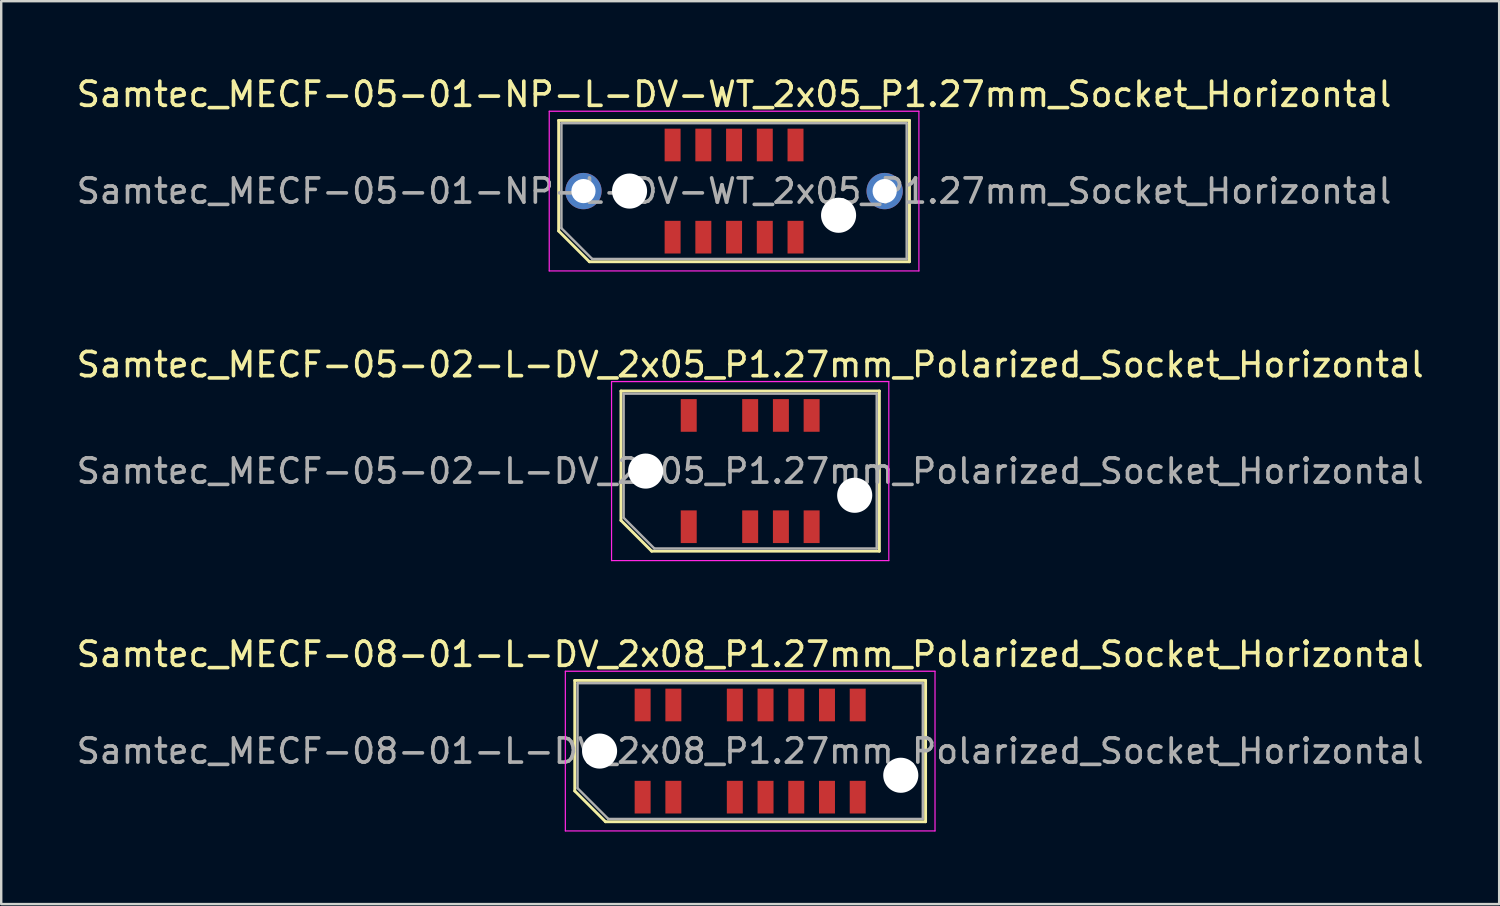
<source format=kicad_pcb>
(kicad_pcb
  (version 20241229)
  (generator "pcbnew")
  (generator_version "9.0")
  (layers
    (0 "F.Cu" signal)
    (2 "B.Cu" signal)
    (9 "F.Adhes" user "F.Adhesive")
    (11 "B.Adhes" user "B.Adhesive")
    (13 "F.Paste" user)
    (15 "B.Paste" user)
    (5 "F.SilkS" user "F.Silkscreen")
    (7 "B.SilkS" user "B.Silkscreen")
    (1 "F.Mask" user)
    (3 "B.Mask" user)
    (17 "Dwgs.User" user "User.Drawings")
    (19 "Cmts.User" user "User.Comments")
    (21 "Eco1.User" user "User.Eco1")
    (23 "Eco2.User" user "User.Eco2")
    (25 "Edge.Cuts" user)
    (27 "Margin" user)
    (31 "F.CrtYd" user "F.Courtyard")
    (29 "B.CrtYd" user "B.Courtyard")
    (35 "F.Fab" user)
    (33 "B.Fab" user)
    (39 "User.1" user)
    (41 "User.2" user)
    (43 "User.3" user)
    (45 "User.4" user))
  (footprint "Samtec_MECF-08-01-L-DV_2x08_P1.27mm_Polarized_Socket_Horizontal"
    (layer "F.Cu")
    (at 27.958 27.995)
    (property "Reference" "Samtec_MECF-08-01-L-DV_2x08_P1.27mm_Polarized_Socket_Horizontal" (at 0 -4 0) (layer "F.SilkS") (effects (font (size 1 1) (thickness 0.15))))
    (attr smd)
    (fp_line (start -7.25 -2.92) (end 7.25 -2.92) (stroke (width 0.12) (type solid)) (layer "F.SilkS"))
    (fp_line (start -7.25 1.65) (end -7.25 -2.92) (stroke (width 0.12) (type solid)) (layer "F.SilkS"))
    (fp_line (start -5.98 2.92) (end -7.25 1.65) (stroke (width 0.12) (type solid)) (layer "F.SilkS"))
    (fp_line (start -5.98 2.92) (end 7.25 2.92) (stroke (width 0.12) (type solid)) (layer "F.SilkS"))
    (fp_line (start 7.25 2.92) (end 7.25 -2.92) (stroke (width 0.12) (type solid)) (layer "F.SilkS"))
    (fp_line (start -7.64 -3.3) (end -7.64 3.3) (stroke (width 0.05) (type solid)) (layer "F.CrtYd"))
    (fp_line (start -7.64 3.3) (end 7.64 3.3) (stroke (width 0.05) (type solid)) (layer "F.CrtYd"))
    (fp_line (start 7.64 -3.3) (end -7.64 -3.3) (stroke (width 0.05) (type solid)) (layer "F.CrtYd"))
    (fp_line (start 7.64 3.3) (end 7.64 -3.3) (stroke (width 0.05) (type solid)) (layer "F.CrtYd"))
    (fp_line (start -7.135 -2.805) (end 7.135 -2.805) (stroke (width 0.1) (type solid)) (layer "F.Fab"))
    (fp_line (start -7.135 1.535) (end -7.135 -2.805) (stroke (width 0.1) (type solid)) (layer "F.Fab"))
    (fp_line (start -7.135 1.535) (end -5.865 2.805) (stroke (width 0.1) (type solid)) (layer "F.Fab"))
    (fp_line (start -5.865 2.805) (end 7.135 2.805) (stroke (width 0.1) (type solid)) (layer "F.Fab"))
    (fp_line (start 7.135 2.805) (end 7.135 -2.805) (stroke (width 0.1) (type solid)) (layer "F.Fab"))
    (fp_text user "${REFERENCE}" (at 0 0 0) (layer "F.Fab") (effects (font (size 1 1) (thickness 0.15))))
    (pad "" np_thru_hole circle (at -6.225 0) (size 1.45 1.45) (drill 1.45) (layers "*.Cu" "*.Mask"))
    (pad "" np_thru_hole circle (at 6.225 1) (size 1.45 1.45) (drill 1.45) (layers "*.Cu" "*.Mask"))
    (pad "1" smd rect (at -4.445 1.905) (size 0.66 1.35) (layers "F.Cu" "F.Mask" "F.Paste"))
    (pad "2" smd rect (at -4.445 -1.905) (size 0.66 1.35) (layers "F.Cu" "F.Mask" "F.Paste"))
    (pad "3" smd rect (at -3.175 1.905) (size 0.66 1.35) (layers "F.Cu" "F.Mask" "F.Paste"))
    (pad "4" smd rect (at -3.175 -1.905) (size 0.66 1.35) (layers "F.Cu" "F.Mask" "F.Paste"))
    (pad "7" smd rect (at -0.635 1.905) (size 0.66 1.35) (layers "F.Cu" "F.Mask" "F.Paste"))
    (pad "8" smd rect (at -0.635 -1.905) (size 0.66 1.35) (layers "F.Cu" "F.Mask" "F.Paste"))
    (pad "9" smd rect (at 0.635 1.905) (size 0.66 1.35) (layers "F.Cu" "F.Mask" "F.Paste"))
    (pad "10" smd rect (at 0.635 -1.905) (size 0.66 1.35) (layers "F.Cu" "F.Mask" "F.Paste"))
    (pad "11" smd rect (at 1.905 1.905) (size 0.66 1.35) (layers "F.Cu" "F.Mask" "F.Paste"))
    (pad "12" smd rect (at 1.905 -1.905) (size 0.66 1.35) (layers "F.Cu" "F.Mask" "F.Paste"))
    (pad "13" smd rect (at 3.175 1.905) (size 0.66 1.35) (layers "F.Cu" "F.Mask" "F.Paste"))
    (pad "14" smd rect (at 3.175 -1.905) (size 0.66 1.35) (layers "F.Cu" "F.Mask" "F.Paste"))
    (pad "15" smd rect (at 4.445 1.905) (size 0.66 1.35) (layers "F.Cu" "F.Mask" "F.Paste"))
    (pad "16" smd rect (at 4.445 -1.905) (size 0.66 1.35) (layers "F.Cu" "F.Mask" "F.Paste")))
  (footprint "Samtec_MECF-05-02-L-DV_2x05_P1.27mm_Polarized_Socket_Horizontal"
    (layer "F.Cu")
    (at 27.958 16.422)
    (property "Reference" "Samtec_MECF-05-02-L-DV_2x05_P1.27mm_Polarized_Socket_Horizontal" (at 0 -4.4 0) (layer "F.SilkS") (effects (font (size 1 1) (thickness 0.15))))
    (attr smd)
    (fp_line (start -5.34 -3.31) (end 5.34 -3.31) (stroke (width 0.12) (type solid)) (layer "F.SilkS"))
    (fp_line (start -5.34 2.04) (end -5.34 -3.31) (stroke (width 0.12) (type solid)) (layer "F.SilkS"))
    (fp_line (start -4.07 3.31) (end -5.34 2.04) (stroke (width 0.12) (type solid)) (layer "F.SilkS"))
    (fp_line (start -4.07 3.31) (end 5.34 3.31) (stroke (width 0.12) (type solid)) (layer "F.SilkS"))
    (fp_line (start 5.34 3.31) (end 5.34 -3.31) (stroke (width 0.12) (type solid)) (layer "F.SilkS"))
    (fp_line (start -5.73 -3.7) (end -5.73 3.7) (stroke (width 0.05) (type solid)) (layer "F.CrtYd"))
    (fp_line (start -5.73 3.7) (end 5.73 3.7) (stroke (width 0.05) (type solid)) (layer "F.CrtYd"))
    (fp_line (start 5.73 -3.7) (end -5.73 -3.7) (stroke (width 0.05) (type solid)) (layer "F.CrtYd"))
    (fp_line (start 5.73 3.7) (end 5.73 -3.7) (stroke (width 0.05) (type solid)) (layer "F.CrtYd"))
    (fp_line (start -5.23 -3.2) (end 5.23 -3.2) (stroke (width 0.1) (type solid)) (layer "F.Fab"))
    (fp_line (start -5.23 1.93) (end -5.23 -3.2) (stroke (width 0.1) (type solid)) (layer "F.Fab"))
    (fp_line (start -5.23 1.93) (end -3.96 3.2) (stroke (width 0.1) (type solid)) (layer "F.Fab"))
    (fp_line (start -3.96 3.2) (end 5.23 3.2) (stroke (width 0.1) (type solid)) (layer "F.Fab"))
    (fp_line (start 5.23 3.2) (end 5.23 -3.2) (stroke (width 0.1) (type solid)) (layer "F.Fab"))
    (fp_text user "${REFERENCE}" (at 0 0 0) (layer "F.Fab") (effects (font (size 1 1) (thickness 0.15))))
    (pad "" np_thru_hole circle (at -4.32 0) (size 1.45 1.45) (drill 1.45) (layers "*.Cu" "*.Mask"))
    (pad "" np_thru_hole circle (at 4.32 1) (size 1.45 1.45) (drill 1.45) (layers "*.Cu" "*.Mask"))
    (pad "1" smd rect (at -2.54 2.3) (size 0.66 1.35) (layers "F.Cu" "F.Mask" "F.Paste"))
    (pad "2" smd rect (at -2.54 -2.3) (size 0.66 1.35) (layers "F.Cu" "F.Mask" "F.Paste"))
    (pad "5" smd rect (at 0 2.3) (size 0.66 1.35) (layers "F.Cu" "F.Mask" "F.Paste"))
    (pad "6" smd rect (at 0 -2.3) (size 0.66 1.35) (layers "F.Cu" "F.Mask" "F.Paste"))
    (pad "7" smd rect (at 1.27 2.3) (size 0.66 1.35) (layers "F.Cu" "F.Mask" "F.Paste"))
    (pad "8" smd rect (at 1.27 -2.3) (size 0.66 1.35) (layers "F.Cu" "F.Mask" "F.Paste"))
    (pad "9" smd rect (at 2.54 2.3) (size 0.66 1.35) (layers "F.Cu" "F.Mask" "F.Paste"))
    (pad "10" smd rect (at 2.54 -2.3) (size 0.66 1.35) (layers "F.Cu" "F.Mask" "F.Paste")))
  (footprint "Samtec_MECF-05-01-NP-L-DV-WT_2x05_P1.27mm_Socket_Horizontal"
    (layer "F.Cu")
    (at 27.292 4.848)
    (property "Reference" "Samtec_MECF-05-01-NP-L-DV-WT_2x05_P1.27mm_Socket_Horizontal" (at 0 -4 0) (layer "F.SilkS") (effects (font (size 1 1) (thickness 0.15))))
    (attr smd)
    (fp_line (start -7.25 -2.92) (end 7.25 -2.92) (stroke (width 0.12) (type solid)) (layer "F.SilkS"))
    (fp_line (start -7.25 1.65) (end -7.25 -2.92) (stroke (width 0.12) (type solid)) (layer "F.SilkS"))
    (fp_line (start -5.98 2.92) (end -7.25 1.65) (stroke (width 0.12) (type solid)) (layer "F.SilkS"))
    (fp_line (start -5.98 2.92) (end 7.25 2.92) (stroke (width 0.12) (type solid)) (layer "F.SilkS"))
    (fp_line (start 7.25 2.92) (end 7.25 -2.92) (stroke (width 0.12) (type solid)) (layer "F.SilkS"))
    (fp_line (start -7.64 -3.3) (end -7.64 3.3) (stroke (width 0.05) (type solid)) (layer "F.CrtYd"))
    (fp_line (start -7.64 3.3) (end 7.64 3.3) (stroke (width 0.05) (type solid)) (layer "F.CrtYd"))
    (fp_line (start 7.64 -3.3) (end -7.64 -3.3) (stroke (width 0.05) (type solid)) (layer "F.CrtYd"))
    (fp_line (start 7.64 3.3) (end 7.64 -3.3) (stroke (width 0.05) (type solid)) (layer "F.CrtYd"))
    (fp_line (start -7.135 -2.805) (end 7.135 -2.805) (stroke (width 0.1) (type solid)) (layer "F.Fab"))
    (fp_line (start -7.135 1.535) (end -7.135 -2.805) (stroke (width 0.1) (type solid)) (layer "F.Fab"))
    (fp_line (start -7.135 1.535) (end -5.865 2.805) (stroke (width 0.1) (type solid)) (layer "F.Fab"))
    (fp_line (start -5.865 2.805) (end 7.135 2.805) (stroke (width 0.1) (type solid)) (layer "F.Fab"))
    (fp_line (start 7.135 2.805) (end 7.135 -2.805) (stroke (width 0.1) (type solid)) (layer "F.Fab"))
    (fp_text user "${REFERENCE}" (at 0 0 0) (layer "F.Fab") (effects (font (size 1 1) (thickness 0.15))))
    (pad "" thru_hole circle (at -6.225 0) (size 1.5 1.5) (drill 1) (layers "*.Cu" "*.Mask"))
    (pad "" np_thru_hole circle (at -4.32 0) (size 1.45 1.45) (drill 1.45) (layers "*.Cu" "*.Mask"))
    (pad "" np_thru_hole circle (at 4.32 1) (size 1.45 1.45) (drill 1.45) (layers "*.Cu" "*.Mask"))
    (pad "" thru_hole circle (at 6.225 0) (size 1.5 1.5) (drill 1) (layers "*.Cu" "*.Mask"))
    (pad "1" smd rect (at -2.54 1.905) (size 0.66 1.35) (layers "F.Cu" "F.Mask" "F.Paste"))
    (pad "2" smd rect (at -2.54 -1.905) (size 0.66 1.35) (layers "F.Cu" "F.Mask" "F.Paste"))
    (pad "3" smd rect (at -1.27 1.905) (size 0.66 1.35) (layers "F.Cu" "F.Mask" "F.Paste"))
    (pad "4" smd rect (at -1.27 -1.905) (size 0.66 1.35) (layers "F.Cu" "F.Mask" "F.Paste"))
    (pad "5" smd rect (at 0 1.905) (size 0.66 1.35) (layers "F.Cu" "F.Mask" "F.Paste"))
    (pad "6" smd rect (at 0 -1.905) (size 0.66 1.35) (layers "F.Cu" "F.Mask" "F.Paste"))
    (pad "7" smd rect (at 1.27 1.905) (size 0.66 1.35) (layers "F.Cu" "F.Mask" "F.Paste"))
    (pad "8" smd rect (at 1.27 -1.905) (size 0.66 1.35) (layers "F.Cu" "F.Mask" "F.Paste"))
    (pad "9" smd rect (at 2.54 1.905) (size 0.66 1.35) (layers "F.Cu" "F.Mask" "F.Paste"))
    (pad "10" smd rect (at 2.54 -1.905) (size 0.66 1.35) (layers "F.Cu" "F.Mask" "F.Paste")))
  (gr_rect
    (start -3 -3)
    (end 58.917 34.32)
    (stroke (width 0.1) (type default))
    (fill no)
    (layer "Edge.Cuts")))
</source>
